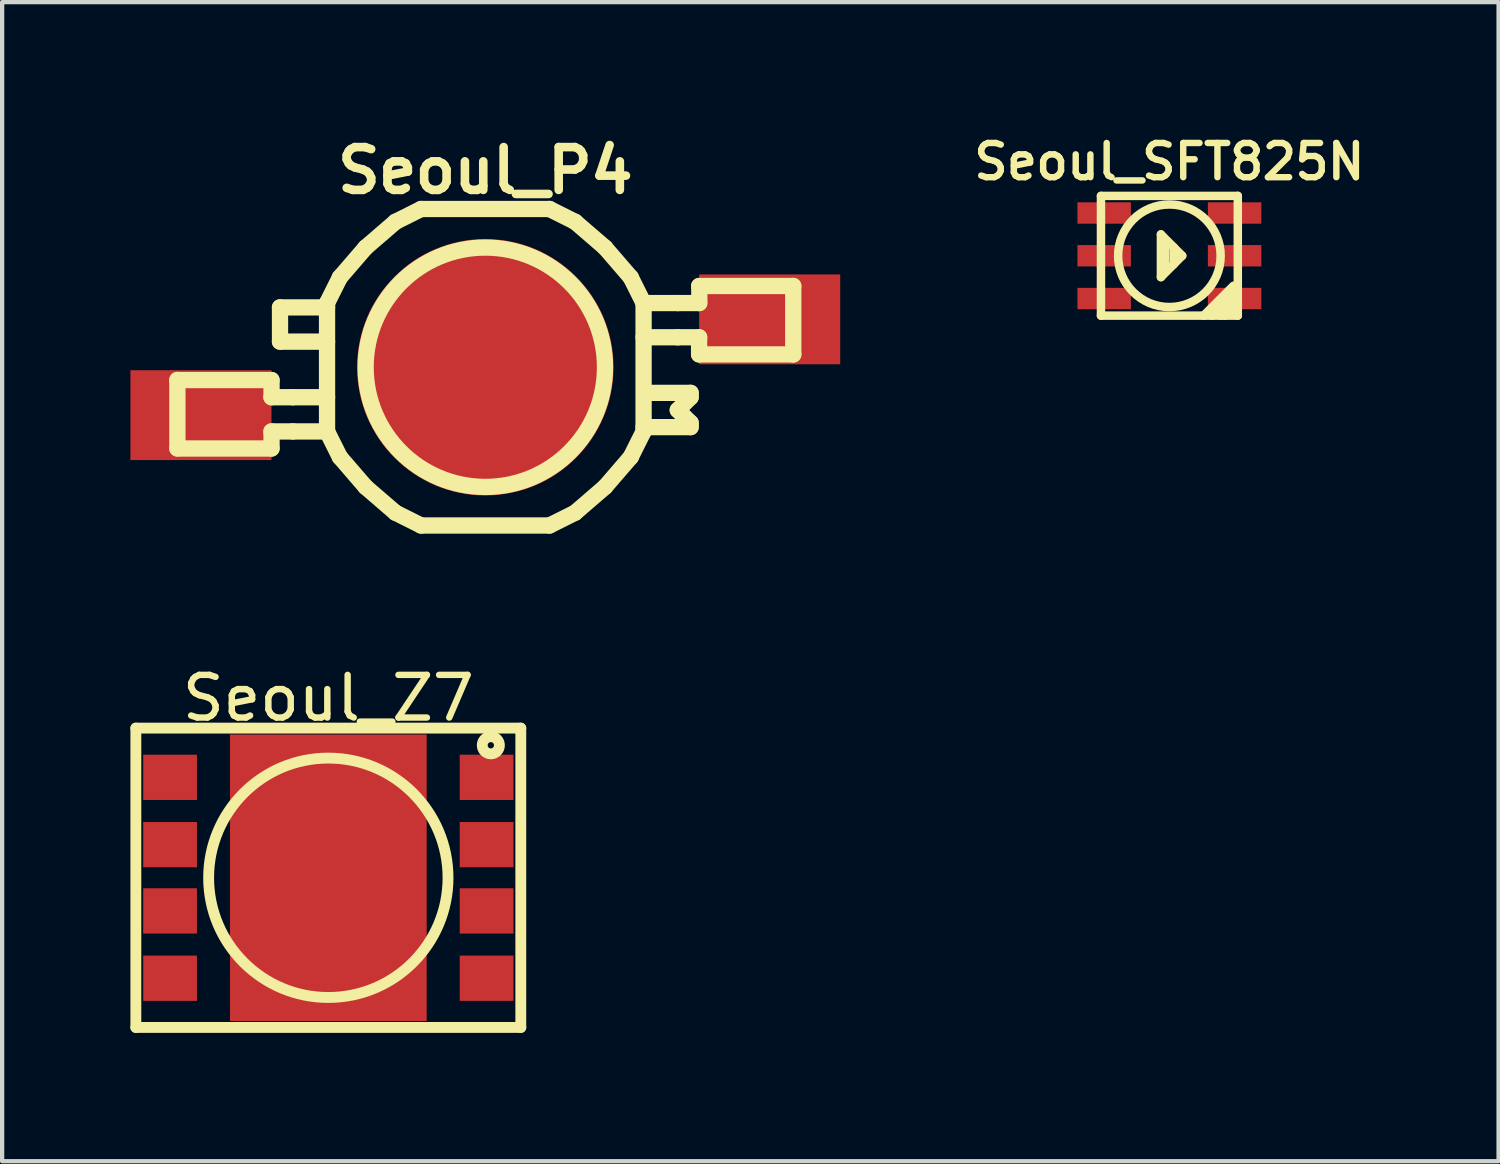
<source format=kicad_pcb>
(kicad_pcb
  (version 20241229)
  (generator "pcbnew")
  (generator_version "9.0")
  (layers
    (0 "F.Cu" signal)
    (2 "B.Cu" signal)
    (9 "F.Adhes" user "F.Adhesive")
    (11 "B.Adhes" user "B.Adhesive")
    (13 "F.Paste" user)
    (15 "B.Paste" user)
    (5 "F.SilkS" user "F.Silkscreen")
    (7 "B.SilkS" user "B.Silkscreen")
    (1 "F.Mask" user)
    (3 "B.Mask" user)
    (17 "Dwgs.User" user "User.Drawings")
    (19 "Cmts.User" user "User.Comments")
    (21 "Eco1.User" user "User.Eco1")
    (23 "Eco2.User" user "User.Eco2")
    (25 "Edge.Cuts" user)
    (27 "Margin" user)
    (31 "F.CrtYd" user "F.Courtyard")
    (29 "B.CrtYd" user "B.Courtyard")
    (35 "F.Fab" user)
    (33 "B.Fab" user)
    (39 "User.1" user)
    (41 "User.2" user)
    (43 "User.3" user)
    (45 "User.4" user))
  (footprint "Seoul_Z7"
    (layer "F.Cu")
    (at 4.628 17.477)
    (property "Reference" "Seoul_Z7" (at 0 -4.201 0) (layer "F.SilkS") (effects (font (size 0.998 0.998) (thickness 0.15))))
    (attr smd)
    (fp_line (start -4.501 -3.5) (end 4.501 -3.5) (stroke (width 0.254) (type solid)) (layer "F.SilkS"))
    (fp_line (start -4.501 3.5) (end -4.501 -3.5) (stroke (width 0.254) (type solid)) (layer "F.SilkS"))
    (fp_line (start 4.501 -3.5) (end 4.501 3.5) (stroke (width 0.254) (type solid)) (layer "F.SilkS"))
    (fp_line (start 4.501 3.5) (end -4.501 3.5) (stroke (width 0.254) (type solid)) (layer "F.SilkS"))
    (fp_circle (center 0 0) (end -2.799 0) (stroke (width 0.254) (type solid)) (fill no) (layer "F.SilkS"))
    (fp_circle (center 3.8 -3.099) (end 3.599 -3.099) (stroke (width 0.254) (type solid)) (fill no) (layer "F.SilkS"))
    (pad "" smd rect (at -1.15 -1.675) (size 2.3 3.35) (layers "F.Mask" "F.Paste"))
    (pad "" smd rect (at -1.15 1.675) (size 2.3 3.35) (layers "F.Mask" "F.Paste"))
    (pad "" smd rect (at 1.15 -1.675) (size 2.3 3.35) (layers "F.Mask" "F.Paste"))
    (pad "" smd rect (at 1.15 1.675) (size 2.3 3.35) (layers "F.Mask" "F.Paste"))
    (pad "1" smd rect (at 3.701 -2.349) (size 1.257 1.059) (layers "F.Cu" "F.Mask" "F.Paste"))
    (pad "2" smd rect (at 3.701 -0.775) (size 1.257 1.059) (layers "F.Cu" "F.Mask" "F.Paste"))
    (pad "3" smd rect (at 3.701 0.775) (size 1.257 1.059) (layers "F.Cu" "F.Mask" "F.Paste"))
    (pad "4" smd rect (at 3.701 2.349) (size 1.257 1.059) (layers "F.Cu" "F.Mask" "F.Paste"))
    (pad "5" smd rect (at -3.701 2.349) (size 1.257 1.059) (layers "F.Cu" "F.Mask" "F.Paste"))
    (pad "6" smd rect (at -3.701 0.775) (size 1.257 1.059) (layers "F.Cu" "F.Mask" "F.Paste"))
    (pad "7" smd rect (at -3.701 -0.775) (size 1.257 1.059) (layers "F.Cu" "F.Mask" "F.Paste"))
    (pad "8" smd rect (at -3.701 -2.349) (size 1.257 1.059) (layers "F.Cu" "F.Mask" "F.Paste"))
    (pad "9" smd rect (at 0 0) (size 4.6 6.7) (layers "F.Cu")))
  (footprint "Seoul_SFT825N"
    (layer "F.Cu")
    (at 24.296 2.931)
    (property "Reference" "Seoul_SFT825N" (at 0 -2.2 0) (layer "F.SilkS") (effects (font (size 0.8 0.8) (thickness 0.15))))
    (attr smd)
    (fp_line (start -1.6 -1.4) (end -1.6 1.4) (stroke (width 0.198) (type solid)) (layer "F.SilkS"))
    (fp_line (start -1.6 1.4) (end 1.6 1.4) (stroke (width 0.198) (type solid)) (layer "F.SilkS"))
    (fp_line (start -0.198 -0.5) (end -0.198 0.5) (stroke (width 0.198) (type solid)) (layer "F.SilkS"))
    (fp_line (start -0.198 0.5) (end 0.3 0) (stroke (width 0.198) (type solid)) (layer "F.SilkS"))
    (fp_line (start -0.099 0.3) (end -0.099 -0.3) (stroke (width 0.198) (type solid)) (layer "F.SilkS"))
    (fp_line (start 0.099 0.201) (end 0.099 -0.201) (stroke (width 0.198) (type solid)) (layer "F.SilkS"))
    (fp_line (start 0.3 0) (end -0.198 -0.5) (stroke (width 0.198) (type solid)) (layer "F.SilkS"))
    (fp_line (start 0.8 1.4) (end 1.499 0.701) (stroke (width 0.198) (type solid)) (layer "F.SilkS"))
    (fp_line (start 0.998 1.4) (end 1.499 0.899) (stroke (width 0.198) (type solid)) (layer "F.SilkS"))
    (fp_line (start 1.199 1.4) (end 1.499 1.1) (stroke (width 0.198) (type solid)) (layer "F.SilkS"))
    (fp_line (start 1.499 1.199) (end 1.3 1.4) (stroke (width 0.198) (type solid)) (layer "F.SilkS"))
    (fp_line (start 1.6 -1.4) (end -1.6 -1.4) (stroke (width 0.198) (type solid)) (layer "F.SilkS"))
    (fp_line (start 1.6 1.4) (end 1.6 -1.4) (stroke (width 0.198) (type solid)) (layer "F.SilkS"))
    (fp_circle (center 0 0) (end -1.199 0) (stroke (width 0.198) (type solid)) (fill no) (layer "F.SilkS"))
    (pad "1" smd rect (at 1.525 1) (size 1.25 0.5) (layers "F.Cu" "F.Mask" "F.Paste"))
    (pad "2" smd rect (at 1.525 0) (size 1.25 0.5) (layers "F.Cu" "F.Mask" "F.Paste"))
    (pad "3" smd rect (at 1.525 -1) (size 1.25 0.5) (layers "F.Cu" "F.Mask" "F.Paste"))
    (pad "4" smd rect (at -1.525 -1) (size 1.25 0.5) (layers "F.Cu" "F.Mask" "F.Paste"))
    (pad "5" smd rect (at -1.525 0) (size 1.25 0.5) (layers "F.Cu" "F.Mask" "F.Paste"))
    (pad "6" smd rect (at -1.525 1) (size 1.25 0.5) (layers "F.Cu" "F.Mask" "F.Paste")))
  (footprint "Seoul_P4"
    (layer "F.Cu")
    (at 8.299 5.538)
    (property "Reference" "Seoul_P4" (at 0 -4.6 0) (layer "F.SilkS") (effects (font (size 1.001 1.001) (thickness 0.201))))
    (attr smd)
    (fp_line (start -7.201 0.3) (end -5.001 0.3) (stroke (width 0.381) (type solid)) (layer "F.SilkS"))
    (fp_line (start -7.201 1.897) (end -7.201 0.297) (stroke (width 0.381) (type solid)) (layer "F.SilkS"))
    (fp_line (start -7.201 1.9) (end -5.001 1.9) (stroke (width 0.381) (type solid)) (layer "F.SilkS"))
    (fp_line (start -4.999 0.3) (end -4.999 0.701) (stroke (width 0.381) (type solid)) (layer "F.SilkS"))
    (fp_line (start -4.999 1.9) (end -4.999 1.501) (stroke (width 0.381) (type solid)) (layer "F.SilkS"))
    (fp_line (start -4.801 -0.599) (end -4.801 -1.4) (stroke (width 0.381) (type solid)) (layer "F.SilkS"))
    (fp_line (start -4.501 0.701) (end -5.001 0.701) (stroke (width 0.381) (type solid)) (layer "F.SilkS"))
    (fp_line (start -4.501 0.701) (end -3.701 0.701) (stroke (width 0.381) (type solid)) (layer "F.SilkS"))
    (fp_line (start -4.501 1.501) (end -5.001 1.501) (stroke (width 0.381) (type solid)) (layer "F.SilkS"))
    (fp_line (start -4.501 1.501) (end -3.701 1.501) (stroke (width 0.381) (type solid)) (layer "F.SilkS"))
    (fp_line (start -3.701 -1.501) (end -3.401 -2.101) (stroke (width 0.381) (type solid)) (layer "F.SilkS"))
    (fp_line (start -3.701 -1.4) (end -4.801 -1.4) (stroke (width 0.381) (type solid)) (layer "F.SilkS"))
    (fp_line (start -3.701 -0.599) (end -4.801 -0.599) (stroke (width 0.381) (type solid)) (layer "F.SilkS"))
    (fp_line (start -3.701 1.501) (end -3.701 -1.501) (stroke (width 0.381) (type solid)) (layer "F.SilkS"))
    (fp_line (start -3.701 1.501) (end -3.401 2.101) (stroke (width 0.381) (type solid)) (layer "F.SilkS"))
    (fp_line (start -3.401 -2.101) (end -2.799 -2.799) (stroke (width 0.381) (type solid)) (layer "F.SilkS"))
    (fp_line (start -2.799 -2.799) (end -2.101 -3.401) (stroke (width 0.381) (type solid)) (layer "F.SilkS"))
    (fp_line (start -2.799 2.799) (end -3.401 2.101) (stroke (width 0.381) (type solid)) (layer "F.SilkS"))
    (fp_line (start -2.101 -3.401) (end -1.501 -3.701) (stroke (width 0.381) (type solid)) (layer "F.SilkS"))
    (fp_line (start -2.101 3.401) (end -2.799 2.799) (stroke (width 0.381) (type solid)) (layer "F.SilkS"))
    (fp_line (start -1.501 -3.701) (end 1.501 -3.701) (stroke (width 0.381) (type solid)) (layer "F.SilkS"))
    (fp_line (start -1.501 3.701) (end -2.101 3.401) (stroke (width 0.381) (type solid)) (layer "F.SilkS"))
    (fp_line (start 1.501 -3.701) (end 2.101 -3.401) (stroke (width 0.381) (type solid)) (layer "F.SilkS"))
    (fp_line (start 1.501 3.701) (end -1.501 3.701) (stroke (width 0.381) (type solid)) (layer "F.SilkS"))
    (fp_line (start 1.501 3.701) (end 2.101 3.401) (stroke (width 0.381) (type solid)) (layer "F.SilkS"))
    (fp_line (start 2.101 -3.401) (end 2.799 -2.799) (stroke (width 0.381) (type solid)) (layer "F.SilkS"))
    (fp_line (start 2.799 -2.799) (end 3.401 -2.101) (stroke (width 0.381) (type solid)) (layer "F.SilkS"))
    (fp_line (start 2.799 2.799) (end 2.101 3.401) (stroke (width 0.381) (type solid)) (layer "F.SilkS"))
    (fp_line (start 3.401 2.101) (end 2.799 2.799) (stroke (width 0.381) (type solid)) (layer "F.SilkS"))
    (fp_line (start 3.701 -1.501) (end 3.401 -2.101) (stroke (width 0.381) (type solid)) (layer "F.SilkS"))
    (fp_line (start 3.701 -1.501) (end 3.701 1.501) (stroke (width 0.381) (type solid)) (layer "F.SilkS"))
    (fp_line (start 3.701 1.4) (end 4.801 1.4) (stroke (width 0.381) (type solid)) (layer "F.SilkS"))
    (fp_line (start 3.701 1.501) (end 3.401 2.101) (stroke (width 0.381) (type solid)) (layer "F.SilkS"))
    (fp_line (start 3.8 0.599) (end 4.801 0.599) (stroke (width 0.381) (type solid)) (layer "F.SilkS"))
    (fp_line (start 4.501 -1.501) (end 3.701 -1.501) (stroke (width 0.381) (type solid)) (layer "F.SilkS"))
    (fp_line (start 4.501 -0.701) (end 3.701 -0.701) (stroke (width 0.381) (type solid)) (layer "F.SilkS"))
    (fp_line (start 4.501 1.001) (end 4.801 1.3) (stroke (width 0.381) (type solid)) (layer "F.SilkS"))
    (fp_line (start 4.801 0.599) (end 4.801 0.701) (stroke (width 0.381) (type solid)) (layer "F.SilkS"))
    (fp_line (start 4.801 0.701) (end 4.501 1.001) (stroke (width 0.381) (type solid)) (layer "F.SilkS"))
    (fp_line (start 4.801 1.3) (end 4.801 1.4) (stroke (width 0.381) (type solid)) (layer "F.SilkS"))
    (fp_line (start 4.999 -0.3) (end 4.999 -0.701) (stroke (width 0.381) (type solid)) (layer "F.SilkS"))
    (fp_line (start 5.001 -1.9) (end 7.201 -1.9) (stroke (width 0.381) (type solid)) (layer "F.SilkS"))
    (fp_line (start 5.001 -1.501) (end 4.501 -1.501) (stroke (width 0.381) (type solid)) (layer "F.SilkS"))
    (fp_line (start 5.001 -0.701) (end 4.501 -0.701) (stroke (width 0.381) (type solid)) (layer "F.SilkS"))
    (fp_line (start 5.004 -1.9) (end 5.004 -1.501) (stroke (width 0.381) (type solid)) (layer "F.SilkS"))
    (fp_line (start 7.201 -1.9) (end 7.201 -0.3) (stroke (width 0.381) (type solid)) (layer "F.SilkS"))
    (fp_line (start 7.201 -0.3) (end 5.001 -0.3) (stroke (width 0.381) (type solid)) (layer "F.SilkS"))
    (fp_circle (center 0 0) (end -2.799 0) (stroke (width 0.381) (type solid)) (fill no) (layer "F.SilkS"))
    (pad "1" smd rect (at -6.65 1.12) (size 3.299 2.101) (layers "F.Cu" "F.Mask" "F.Paste"))
    (pad "2" smd rect (at 6.65 -1.12) (size 3.299 2.101) (layers "F.Cu" "F.Mask" "F.Paste"))
    (pad "3" smd circle (at 0 0) (size 5.999 5.999) (layers "F.Cu" "F.Mask" "F.Paste")))
  (gr_rect
    (start -3 -3)
    (end 31.994 24.104)
    (stroke (width 0.1) (type default))
    (fill no)
    (layer "Edge.Cuts")))
</source>
